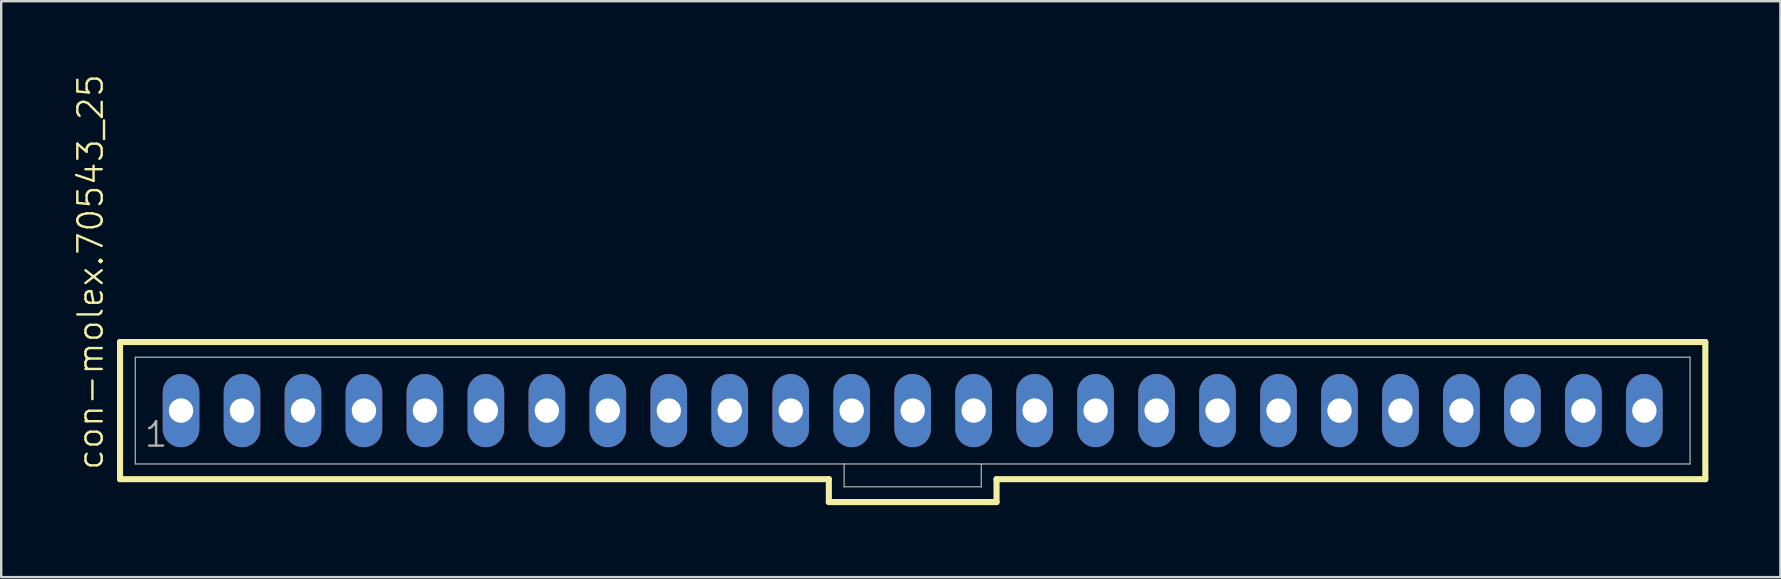
<source format=kicad_pcb>
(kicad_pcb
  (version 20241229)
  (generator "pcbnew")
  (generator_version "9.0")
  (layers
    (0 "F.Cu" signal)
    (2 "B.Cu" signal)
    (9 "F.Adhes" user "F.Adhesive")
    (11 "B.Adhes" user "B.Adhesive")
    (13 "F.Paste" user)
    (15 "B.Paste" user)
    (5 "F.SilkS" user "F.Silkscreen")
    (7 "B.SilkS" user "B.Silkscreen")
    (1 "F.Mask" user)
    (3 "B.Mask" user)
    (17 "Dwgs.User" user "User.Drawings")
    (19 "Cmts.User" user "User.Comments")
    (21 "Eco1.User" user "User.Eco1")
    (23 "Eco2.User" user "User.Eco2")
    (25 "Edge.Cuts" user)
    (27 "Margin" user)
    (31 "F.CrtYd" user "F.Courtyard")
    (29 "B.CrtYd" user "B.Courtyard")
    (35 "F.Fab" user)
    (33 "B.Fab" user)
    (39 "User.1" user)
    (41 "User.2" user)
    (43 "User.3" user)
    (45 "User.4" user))
  (footprint "con-molex.70543_25"
    (layer "F.Cu")
    (at 34.971 14.055)
    (property "Reference" "con-molex.70543_25" (at -33.655 2.54 90) (layer "F.SilkS") (effects (font (size 1.016 1.016) (thickness 0.1)) (justify left bottom)))
    (attr through_hole)
    (fp_line (start -33.02 -2.857) (end -33.02 2.857) (stroke (width 0.254) (type default)) (layer "F.SilkS"))
    (fp_line (start -33.02 2.857) (end -3.493 2.857) (stroke (width 0.254) (type default)) (layer "F.SilkS"))
    (fp_line (start -3.493 2.857) (end -3.493 3.81) (stroke (width 0.254) (type default)) (layer "F.SilkS"))
    (fp_line (start -3.493 3.81) (end 3.493 3.81) (stroke (width 0.254) (type default)) (layer "F.SilkS"))
    (fp_line (start 3.493 2.857) (end 33.02 2.857) (stroke (width 0.254) (type default)) (layer "F.SilkS"))
    (fp_line (start 3.493 3.81) (end 3.493 2.857) (stroke (width 0.254) (type default)) (layer "F.SilkS"))
    (fp_line (start 33.02 -2.857) (end -33.02 -2.857) (stroke (width 0.254) (type default)) (layer "F.SilkS"))
    (fp_line (start 33.02 2.857) (end 33.02 -2.857) (stroke (width 0.254) (type default)) (layer "F.SilkS"))
    (fp_line (start -32.385 -2.223) (end -32.385 2.223) (stroke (width 0.051) (type default)) (layer "F.Fab"))
    (fp_line (start -32.385 -2.223) (end 32.385 -2.223) (stroke (width 0.051) (type default)) (layer "F.Fab"))
    (fp_line (start -32.385 2.223) (end -2.857 2.223) (stroke (width 0.051) (type default)) (layer "F.Fab"))
    (fp_line (start -2.857 2.223) (end -2.857 3.175) (stroke (width 0.051) (type default)) (layer "F.Fab"))
    (fp_line (start -2.857 2.223) (end 2.857 2.223) (stroke (width 0.051) (type default)) (layer "F.Fab"))
    (fp_line (start 2.857 2.223) (end 2.857 3.175) (stroke (width 0.051) (type default)) (layer "F.Fab"))
    (fp_line (start 2.857 2.223) (end 32.385 2.223) (stroke (width 0.051) (type default)) (layer "F.Fab"))
    (fp_line (start 2.857 3.175) (end -2.857 3.175) (stroke (width 0.051) (type default)) (layer "F.Fab"))
    (fp_line (start 32.385 -2.223) (end 32.385 2.223) (stroke (width 0.051) (type default)) (layer "F.Fab"))
    (fp_rect (start -30.718 0.238) (end -30.242 -0.238) (stroke (width 0.05) (type default)) (fill no) (layer "F.Fab"))
    (fp_rect (start -28.178 0.238) (end -27.702 -0.238) (stroke (width 0.05) (type default)) (fill no) (layer "F.Fab"))
    (fp_rect (start -25.638 0.238) (end -25.162 -0.238) (stroke (width 0.05) (type default)) (fill no) (layer "F.Fab"))
    (fp_rect (start -23.098 0.238) (end -22.622 -0.238) (stroke (width 0.05) (type default)) (fill no) (layer "F.Fab"))
    (fp_rect (start -20.558 0.238) (end -20.082 -0.238) (stroke (width 0.05) (type default)) (fill no) (layer "F.Fab"))
    (fp_rect (start -18.018 0.238) (end -17.542 -0.238) (stroke (width 0.05) (type default)) (fill no) (layer "F.Fab"))
    (fp_rect (start -15.478 0.238) (end -15.002 -0.238) (stroke (width 0.05) (type default)) (fill no) (layer "F.Fab"))
    (fp_rect (start -12.938 0.238) (end -12.462 -0.238) (stroke (width 0.05) (type default)) (fill no) (layer "F.Fab"))
    (fp_rect (start -10.398 0.238) (end -9.922 -0.238) (stroke (width 0.05) (type default)) (fill no) (layer "F.Fab"))
    (fp_rect (start -7.858 0.238) (end -7.382 -0.238) (stroke (width 0.05) (type default)) (fill no) (layer "F.Fab"))
    (fp_rect (start -5.318 0.238) (end -4.842 -0.238) (stroke (width 0.05) (type default)) (fill no) (layer "F.Fab"))
    (fp_rect (start -2.778 0.238) (end -2.302 -0.238) (stroke (width 0.05) (type default)) (fill no) (layer "F.Fab"))
    (fp_rect (start -0.238 0.238) (end 0.238 -0.238) (stroke (width 0.05) (type default)) (fill no) (layer "F.Fab"))
    (fp_rect (start 2.302 0.238) (end 2.778 -0.238) (stroke (width 0.05) (type default)) (fill no) (layer "F.Fab"))
    (fp_rect (start 4.842 0.238) (end 5.318 -0.238) (stroke (width 0.05) (type default)) (fill no) (layer "F.Fab"))
    (fp_rect (start 7.382 0.238) (end 7.858 -0.238) (stroke (width 0.05) (type default)) (fill no) (layer "F.Fab"))
    (fp_rect (start 9.922 0.238) (end 10.398 -0.238) (stroke (width 0.05) (type default)) (fill no) (layer "F.Fab"))
    (fp_rect (start 12.462 0.238) (end 12.938 -0.238) (stroke (width 0.05) (type default)) (fill no) (layer "F.Fab"))
    (fp_rect (start 15.002 0.238) (end 15.478 -0.238) (stroke (width 0.05) (type default)) (fill no) (layer "F.Fab"))
    (fp_rect (start 17.542 0.238) (end 18.018 -0.238) (stroke (width 0.05) (type default)) (fill no) (layer "F.Fab"))
    (fp_rect (start 20.082 0.238) (end 20.558 -0.238) (stroke (width 0.05) (type default)) (fill no) (layer "F.Fab"))
    (fp_rect (start 22.622 0.238) (end 23.098 -0.238) (stroke (width 0.05) (type default)) (fill no) (layer "F.Fab"))
    (fp_rect (start 25.162 0.238) (end 25.638 -0.238) (stroke (width 0.05) (type default)) (fill no) (layer "F.Fab"))
    (fp_rect (start 27.702 0.238) (end 28.178 -0.238) (stroke (width 0.05) (type default)) (fill no) (layer "F.Fab"))
    (fp_rect (start 30.242 0.238) (end 30.718 -0.238) (stroke (width 0.05) (type default)) (fill no) (layer "F.Fab"))
    (fp_text user "1" (at -32.068 1.587 0) (layer "F.Fab") (effects (font (size 1.016 1.016) (thickness 0.1)) (justify left bottom)))
    (pad "1" thru_hole oval (at -30.48 0 90) (size 3.048 1.524) (drill 1.016) (layers "*.Cu" "*.Mask"))
    (pad "2" thru_hole oval (at -27.94 0 90) (size 3.048 1.524) (drill 1.016) (layers "*.Cu" "*.Mask"))
    (pad "3" thru_hole oval (at -25.4 0 90) (size 3.048 1.524) (drill 1.016) (layers "*.Cu" "*.Mask"))
    (pad "4" thru_hole oval (at -22.86 0 90) (size 3.048 1.524) (drill 1.016) (layers "*.Cu" "*.Mask"))
    (pad "5" thru_hole oval (at -20.32 0 90) (size 3.048 1.524) (drill 1.016) (layers "*.Cu" "*.Mask"))
    (pad "6" thru_hole oval (at -17.78 0 90) (size 3.048 1.524) (drill 1.016) (layers "*.Cu" "*.Mask"))
    (pad "7" thru_hole oval (at -15.24 0 90) (size 3.048 1.524) (drill 1.016) (layers "*.Cu" "*.Mask"))
    (pad "8" thru_hole oval (at -12.7 0 90) (size 3.048 1.524) (drill 1.016) (layers "*.Cu" "*.Mask"))
    (pad "9" thru_hole oval (at -10.16 0 90) (size 3.048 1.524) (drill 1.016) (layers "*.Cu" "*.Mask"))
    (pad "10" thru_hole oval (at -7.62 0 90) (size 3.048 1.524) (drill 1.016) (layers "*.Cu" "*.Mask"))
    (pad "11" thru_hole oval (at -5.08 0 90) (size 3.048 1.524) (drill 1.016) (layers "*.Cu" "*.Mask"))
    (pad "12" thru_hole oval (at -2.54 0 90) (size 3.048 1.524) (drill 1.016) (layers "*.Cu" "*.Mask"))
    (pad "13" thru_hole oval (at 0 0 90) (size 3.048 1.524) (drill 1.016) (layers "*.Cu" "*.Mask"))
    (pad "14" thru_hole oval (at 2.54 0 90) (size 3.048 1.524) (drill 1.016) (layers "*.Cu" "*.Mask"))
    (pad "15" thru_hole oval (at 5.08 0 90) (size 3.048 1.524) (drill 1.016) (layers "*.Cu" "*.Mask"))
    (pad "16" thru_hole oval (at 7.62 0 90) (size 3.048 1.524) (drill 1.016) (layers "*.Cu" "*.Mask"))
    (pad "17" thru_hole oval (at 10.16 0 90) (size 3.048 1.524) (drill 1.016) (layers "*.Cu" "*.Mask"))
    (pad "18" thru_hole oval (at 12.7 0 90) (size 3.048 1.524) (drill 1.016) (layers "*.Cu" "*.Mask"))
    (pad "19" thru_hole oval (at 15.24 0 90) (size 3.048 1.524) (drill 1.016) (layers "*.Cu" "*.Mask"))
    (pad "20" thru_hole oval (at 17.78 0 90) (size 3.048 1.524) (drill 1.016) (layers "*.Cu" "*.Mask"))
    (pad "21" thru_hole oval (at 20.32 0 90) (size 3.048 1.524) (drill 1.016) (layers "*.Cu" "*.Mask"))
    (pad "22" thru_hole oval (at 22.86 0 90) (size 3.048 1.524) (drill 1.016) (layers "*.Cu" "*.Mask"))
    (pad "23" thru_hole oval (at 25.4 0 90) (size 3.048 1.524) (drill 1.016) (layers "*.Cu" "*.Mask"))
    (pad "24" thru_hole oval (at 27.94 0 90) (size 3.048 1.524) (drill 1.016) (layers "*.Cu" "*.Mask"))
    (pad "25" thru_hole oval (at 30.48 0 90) (size 3.048 1.524) (drill 1.016) (layers "*.Cu" "*.Mask")))
  (gr_rect
    (start -3 -3)
    (end 71.118 20.992)
    (stroke (width 0.1) (type default))
    (fill no)
    (layer "Edge.Cuts")))
</source>
